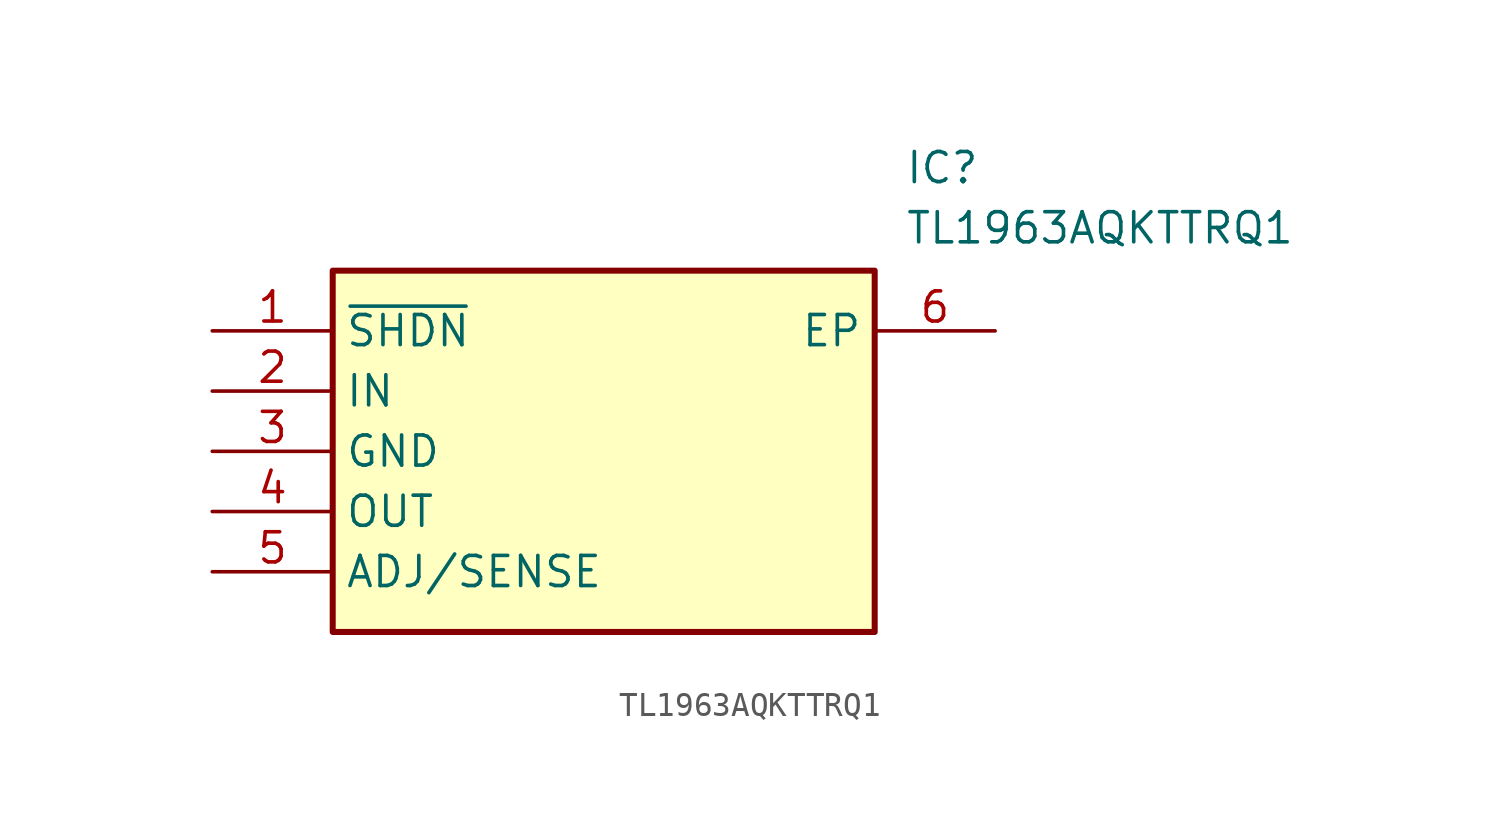
<source format=kicad_sym>
(kicad_symbol_lib
  (version 20211014)
  (generator SamacSys_ECAD_Model)
  (symbol "TL1963AQKTTRQ1"
    (property "Reference" "IC"
      (at 29.21 7.62 0)
      (effects (font (size 1.27 1.27)) (justify left top)))
    (property "Value" "TL1963AQKTTRQ1"
      (at 29.21 5.08 0)
      (effects (font (size 1.27 1.27)) (justify left top)))
    (rectangle
      (start 5.08 2.54)
      (end 27.94 -12.7)
      (stroke (width 0.254) (type default))
      (fill (type background)))
    (pin passive line
      (at 0 0 0)
      (length 5.08)
      (name "~{SHDN}" (effects (font (size 1.27 1.27))))
      (number "1" (effects (font (size 1.27 1.27)))))
    (pin passive line
      (at 0 -2.54 0)
      (length 5.08)
      (name "IN" (effects (font (size 1.27 1.27))))
      (number "2" (effects (font (size 1.27 1.27)))))
    (pin passive line
      (at 0 -5.08 0)
      (length 5.08)
      (name "GND" (effects (font (size 1.27 1.27))))
      (number "3" (effects (font (size 1.27 1.27)))))
    (pin passive line
      (at 0 -7.62 0)
      (length 5.08)
      (name "OUT" (effects (font (size 1.27 1.27))))
      (number "4" (effects (font (size 1.27 1.27)))))
    (pin passive line
      (at 0 -10.16 0)
      (length 5.08)
      (name "ADJ/SENSE" (effects (font (size 1.27 1.27))))
      (number "5" (effects (font (size 1.27 1.27)))))
    (pin passive line
      (at 33.02 0 180)
      (length 5.08)
      (name "EP" (effects (font (size 1.27 1.27))))
      (number "6" (effects (font (size 1.27 1.27)))))))
</source>
